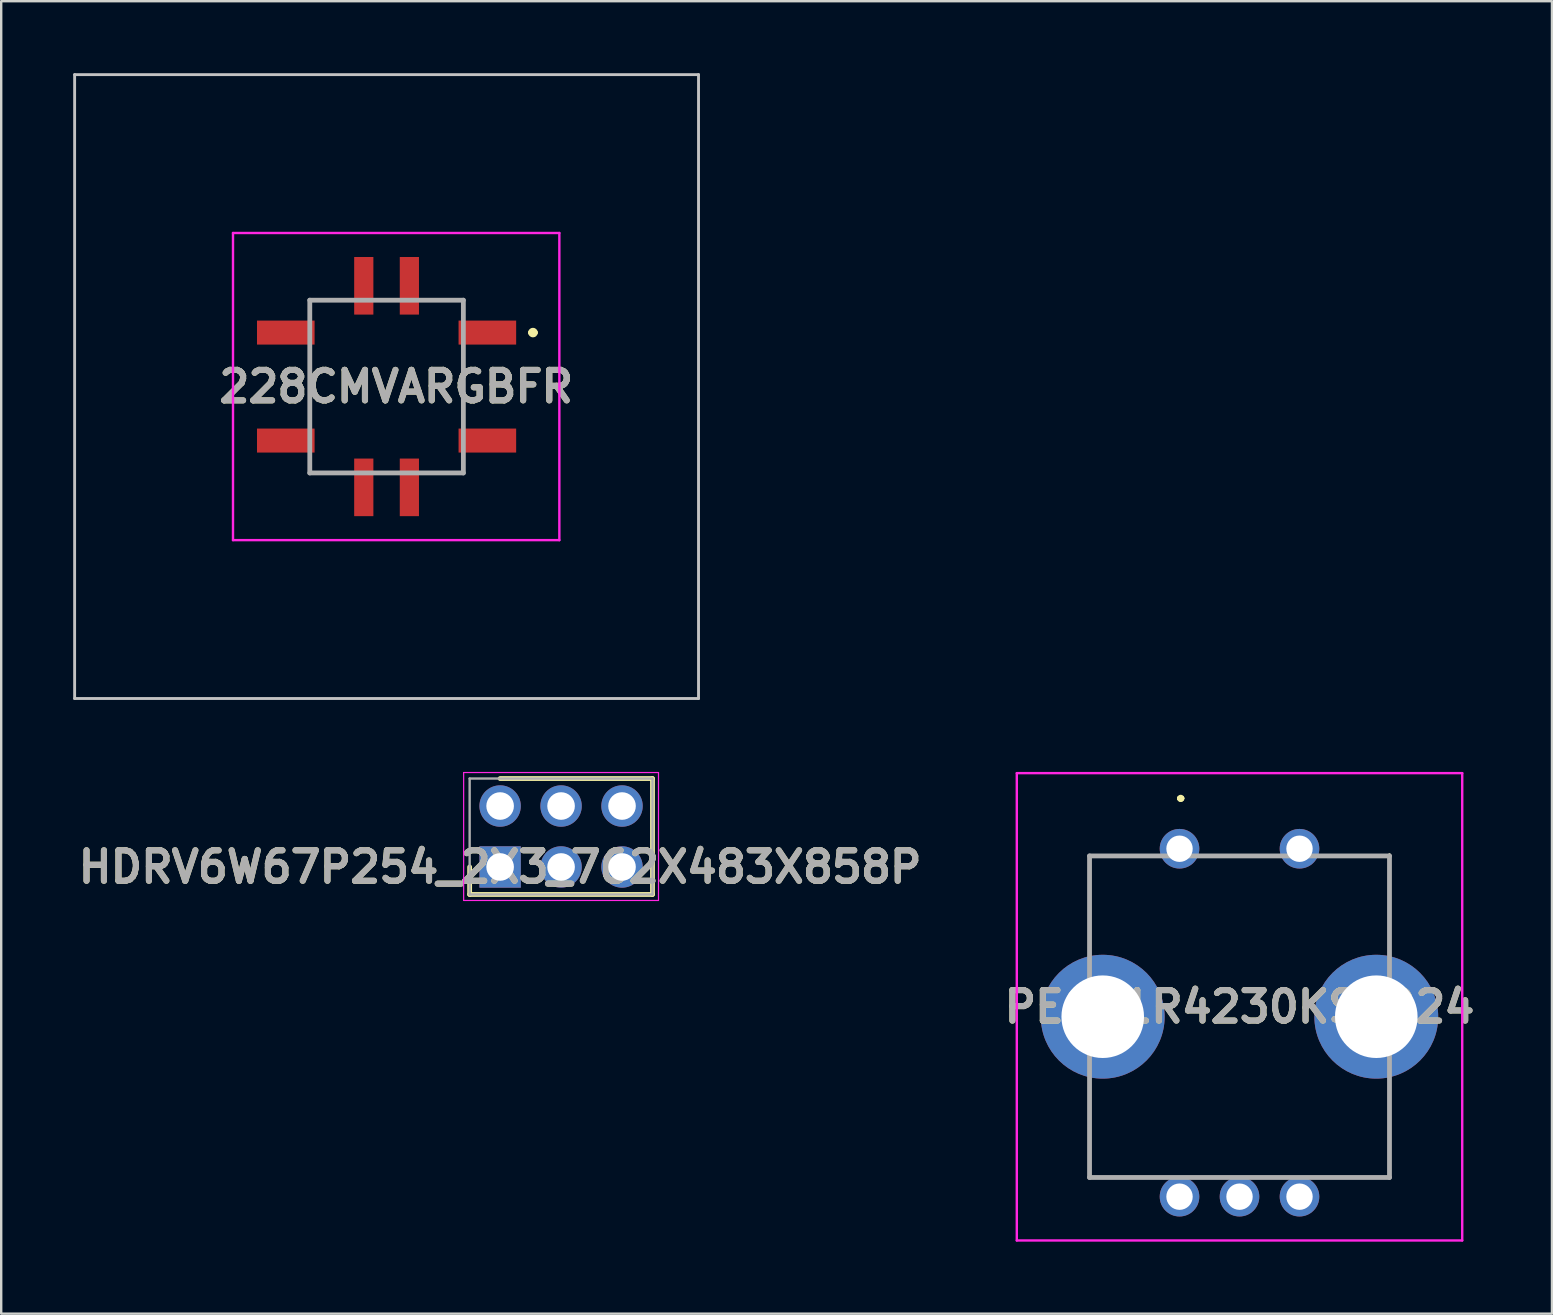
<source format=kicad_pcb>
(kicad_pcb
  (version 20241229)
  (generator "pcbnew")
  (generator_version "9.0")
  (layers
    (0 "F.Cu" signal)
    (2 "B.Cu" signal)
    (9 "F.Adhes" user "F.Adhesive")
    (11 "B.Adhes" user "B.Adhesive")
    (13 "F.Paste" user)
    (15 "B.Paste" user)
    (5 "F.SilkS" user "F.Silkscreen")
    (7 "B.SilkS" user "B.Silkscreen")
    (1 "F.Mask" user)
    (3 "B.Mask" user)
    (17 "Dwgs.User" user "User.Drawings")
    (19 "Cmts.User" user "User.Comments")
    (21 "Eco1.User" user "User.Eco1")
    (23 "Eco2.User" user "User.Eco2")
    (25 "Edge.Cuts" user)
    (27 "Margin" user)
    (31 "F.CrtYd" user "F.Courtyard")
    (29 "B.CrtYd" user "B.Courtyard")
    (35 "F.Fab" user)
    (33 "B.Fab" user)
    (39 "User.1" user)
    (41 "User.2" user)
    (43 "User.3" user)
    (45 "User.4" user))
  (footprint "PEC11R4230KS0024"
    (layer "F.Cu")
    (at 46.105 39.32)
    (property "Reference" "PEC11R4230KS0024" (at 2.5 -0.413 0) (layer "F.SilkS") (effects (font (size 1.27 1.27) (thickness 0.254))))
    (attr through_hole)
    (fp_line (start -3.75 -6.7) (end -3.75 -6.7) (stroke (width 0.1) (type solid)) (layer "F.SilkS"))
    (fp_line (start -3.75 -6.7) (end -3.75 -6.7) (stroke (width 0.1) (type solid)) (layer "F.SilkS"))
    (fp_line (start -3.75 -6.7) (end -3.75 -3.75) (stroke (width 0.1) (type solid)) (layer "F.SilkS"))
    (fp_line (start -3.75 -6.7) (end -2 -6.7) (stroke (width 0.1) (type solid)) (layer "F.SilkS"))
    (fp_line (start -3.75 -3.75) (end -3.75 -6.7) (stroke (width 0.1) (type solid)) (layer "F.SilkS"))
    (fp_line (start -3.75 -3.75) (end -3.75 -3.75) (stroke (width 0.1) (type solid)) (layer "F.SilkS"))
    (fp_line (start -3.75 3.75) (end -3.75 3.75) (stroke (width 0.1) (type solid)) (layer "F.SilkS"))
    (fp_line (start -3.75 3.75) (end -3.75 6.7) (stroke (width 0.1) (type solid)) (layer "F.SilkS"))
    (fp_line (start -3.75 6.7) (end -3.75 3.75) (stroke (width 0.1) (type solid)) (layer "F.SilkS"))
    (fp_line (start -3.75 6.7) (end -3.75 6.7) (stroke (width 0.1) (type solid)) (layer "F.SilkS"))
    (fp_line (start -3.75 6.7) (end -3.75 6.7) (stroke (width 0.1) (type solid)) (layer "F.SilkS"))
    (fp_line (start -3.75 6.7) (end -1.5 6.7) (stroke (width 0.1) (type solid)) (layer "F.SilkS"))
    (fp_line (start -2 -6.7) (end -3.75 -6.7) (stroke (width 0.1) (type solid)) (layer "F.SilkS"))
    (fp_line (start -2 -6.7) (end -2 -6.7) (stroke (width 0.1) (type solid)) (layer "F.SilkS"))
    (fp_line (start -1.5 6.7) (end -3.75 6.7) (stroke (width 0.1) (type solid)) (layer "F.SilkS"))
    (fp_line (start -1.5 6.7) (end -1.5 6.7) (stroke (width 0.1) (type solid)) (layer "F.SilkS"))
    (fp_line (start 0 -9.1) (end 0 -9.1) (stroke (width 0.2) (type solid)) (layer "F.SilkS"))
    (fp_line (start 0 -9.1) (end 0 -9.1) (stroke (width 0.2) (type solid)) (layer "F.SilkS"))
    (fp_line (start 0.1 -9.1) (end 0.1 -9.1) (stroke (width 0.2) (type solid)) (layer "F.SilkS"))
    (fp_line (start 1.5 -6.7) (end 1.5 -6.7) (stroke (width 0.1) (type solid)) (layer "F.SilkS"))
    (fp_line (start 1.5 -6.7) (end 3.5 -6.7) (stroke (width 0.1) (type solid)) (layer "F.SilkS"))
    (fp_line (start 3.5 -6.7) (end 1.5 -6.7) (stroke (width 0.1) (type solid)) (layer "F.SilkS"))
    (fp_line (start 3.5 -6.7) (end 3.5 -6.7) (stroke (width 0.1) (type solid)) (layer "F.SilkS"))
    (fp_line (start 6.5 6.7) (end 6.5 6.7) (stroke (width 0.1) (type solid)) (layer "F.SilkS"))
    (fp_line (start 6.5 6.7) (end 8.75 6.7) (stroke (width 0.1) (type solid)) (layer "F.SilkS"))
    (fp_line (start 6.75 -6.7) (end 6.75 -6.7) (stroke (width 0.1) (type solid)) (layer "F.SilkS"))
    (fp_line (start 6.75 -6.7) (end 8.75 -6.7) (stroke (width 0.1) (type solid)) (layer "F.SilkS"))
    (fp_line (start 8.75 -6.75) (end 8.75 -6.75) (stroke (width 0.1) (type solid)) (layer "F.SilkS"))
    (fp_line (start 8.75 -6.75) (end 8.75 -3.5) (stroke (width 0.1) (type solid)) (layer "F.SilkS"))
    (fp_line (start 8.75 -6.7) (end 6.75 -6.7) (stroke (width 0.1) (type solid)) (layer "F.SilkS"))
    (fp_line (start 8.75 -6.7) (end 8.75 -6.7) (stroke (width 0.1) (type solid)) (layer "F.SilkS"))
    (fp_line (start 8.75 -3.5) (end 8.75 -6.75) (stroke (width 0.1) (type solid)) (layer "F.SilkS"))
    (fp_line (start 8.75 -3.5) (end 8.75 -3.5) (stroke (width 0.1) (type solid)) (layer "F.SilkS"))
    (fp_line (start 8.75 3.75) (end 8.75 3.75) (stroke (width 0.1) (type solid)) (layer "F.SilkS"))
    (fp_line (start 8.75 3.75) (end 8.75 6.7) (stroke (width 0.1) (type solid)) (layer "F.SilkS"))
    (fp_line (start 8.75 6.7) (end 6.5 6.7) (stroke (width 0.1) (type solid)) (layer "F.SilkS"))
    (fp_line (start 8.75 6.7) (end 8.75 3.75) (stroke (width 0.1) (type solid)) (layer "F.SilkS"))
    (fp_line (start 8.75 6.7) (end 8.75 6.7) (stroke (width 0.1) (type solid)) (layer "F.SilkS"))
    (fp_line (start 8.75 6.7) (end 8.75 6.7) (stroke (width 0.1) (type solid)) (layer "F.SilkS"))
    (fp_arc (start 0 -9.1) (mid 0.05 -9.15) (end 0.1 -9.1) (stroke (width 0.2) (type solid)) (layer "F.SilkS"))
    (fp_arc (start 0.1 -9.1) (mid 0.05 -9.05) (end 0 -9.1) (stroke (width 0.2) (type solid)) (layer "F.SilkS"))
    (fp_arc (start 0.1 -9.1) (mid 0.05 -9.05) (end 0 -9.1) (stroke (width 0.2) (type solid)) (layer "F.SilkS"))
    (fp_line (start -6.781 -10.15) (end 11.781 -10.15) (stroke (width 0.1) (type solid)) (layer "F.CrtYd"))
    (fp_line (start -6.781 9.325) (end -6.781 -10.15) (stroke (width 0.1) (type solid)) (layer "F.CrtYd"))
    (fp_line (start 11.781 -10.15) (end 11.781 9.325) (stroke (width 0.1) (type solid)) (layer "F.CrtYd"))
    (fp_line (start 11.781 9.325) (end -6.781 9.325) (stroke (width 0.1) (type solid)) (layer "F.CrtYd"))
    (fp_line (start -3.75 -6.7) (end -3.75 6.7) (stroke (width 0.2) (type solid)) (layer "F.Fab"))
    (fp_line (start -3.75 6.7) (end 8.75 6.7) (stroke (width 0.2) (type solid)) (layer "F.Fab"))
    (fp_line (start 8.75 -6.7) (end -3.75 -6.7) (stroke (width 0.2) (type solid)) (layer "F.Fab"))
    (fp_line (start 8.75 6.7) (end 8.75 -6.7) (stroke (width 0.2) (type solid)) (layer "F.Fab"))
    (fp_text user "${REFERENCE}" (at 2.5 -0.413 0) (layer "F.Fab") (effects (font (size 1.27 1.27) (thickness 0.254))))
    (pad "A" thru_hole circle (at 0 7.5) (size 1.65 1.65) (drill 1.1) (layers "*.Cu" "*.Mask"))
    (pad "B" thru_hole circle (at 5 7.5) (size 1.65 1.65) (drill 1.1) (layers "*.Cu" "*.Mask"))
    (pad "C" thru_hole circle (at 2.5 7.5) (size 1.65 1.65) (drill 1.1) (layers "*.Cu" "*.Mask"))
    (pad "MH1" thru_hole circle (at -3.2 0) (size 5.161 5.161) (drill 3.441) (layers "*.Cu" "*.Mask"))
    (pad "MH2" thru_hole circle (at 8.2 0) (size 5.161 5.161) (drill 3.441) (layers "*.Cu" "*.Mask"))
    (pad "S1" thru_hole circle (at 0 -7) (size 1.65 1.65) (drill 1.1) (layers "*.Cu" "*.Mask"))
    (pad "S2" thru_hole circle (at 5 -7) (size 1.65 1.65) (drill 1.1) (layers "*.Cu" "*.Mask")))
  (footprint "228CMVARGBFR"
    (layer "F.Cu")
    (at 13.06 13.06)
    (property "Reference" "228CMVARGBFR" (at 0.4 0 0) (layer "F.SilkS") (effects (font (size 1.27 1.27) (thickness 0.254))))
    (attr smd)
    (fp_line (start -3.2 -3.6) (end -3.2 -3) (stroke (width 0.1) (type solid)) (layer "F.SilkS"))
    (fp_line (start -3.2 -1.5) (end -3.2 1.5) (stroke (width 0.1) (type solid)) (layer "F.SilkS"))
    (fp_line (start -3.2 3) (end -3.2 3.6) (stroke (width 0.1) (type solid)) (layer "F.SilkS"))
    (fp_line (start -3.2 3.6) (end -1.8 3.6) (stroke (width 0.1) (type solid)) (layer "F.SilkS"))
    (fp_line (start -1.6 -3.6) (end -3.2 -3.6) (stroke (width 0.1) (type solid)) (layer "F.SilkS"))
    (fp_line (start 1.6 -3.6) (end 3.2 -3.6) (stroke (width 0.1) (type solid)) (layer "F.SilkS"))
    (fp_line (start 3.2 -3.6) (end 3.2 -3) (stroke (width 0.1) (type solid)) (layer "F.SilkS"))
    (fp_line (start 3.2 -1.5) (end 3.2 1.5) (stroke (width 0.1) (type solid)) (layer "F.SilkS"))
    (fp_line (start 3.2 3.2) (end 3.2 3) (stroke (width 0.1) (type solid)) (layer "F.SilkS"))
    (fp_line (start 3.2 3.2) (end 3.2 3.6) (stroke (width 0.1) (type solid)) (layer "F.SilkS"))
    (fp_line (start 3.2 3.6) (end 1.8 3.6) (stroke (width 0.1) (type solid)) (layer "F.SilkS"))
    (fp_line (start 6 -2.25) (end 6 -2.25) (stroke (width 0.2) (type solid)) (layer "F.SilkS"))
    (fp_line (start 6.2 -2.25) (end 6.2 -2.25) (stroke (width 0.2) (type solid)) (layer "F.SilkS"))
    (fp_arc (start 6 -2.25) (mid 6.1 -2.35) (end 6.2 -2.25) (stroke (width 0.2) (type solid)) (layer "F.SilkS"))
    (fp_arc (start 6.2 -2.25) (mid 6.1 -2.15) (end 6 -2.25) (stroke (width 0.2) (type solid)) (layer "F.SilkS"))
    (fp_line (start -13 -13) (end 13 -13) (stroke (width 0.12) (type solid)) (layer "Dwgs.User"))
    (fp_line (start -13 13) (end -13 -13) (stroke (width 0.12) (type solid)) (layer "Dwgs.User"))
    (fp_line (start 13 -13) (end 13 13) (stroke (width 0.12) (type solid)) (layer "Dwgs.User"))
    (fp_line (start 13 13) (end -13 13) (stroke (width 0.12) (type solid)) (layer "Dwgs.User"))
    (fp_line (start -6.4 -6.4) (end 7.2 -6.4) (stroke (width 0.1) (type solid)) (layer "F.CrtYd"))
    (fp_line (start -6.4 6.4) (end -6.4 -6.4) (stroke (width 0.1) (type solid)) (layer "F.CrtYd"))
    (fp_line (start 7.2 -6.4) (end 7.2 6.4) (stroke (width 0.1) (type solid)) (layer "F.CrtYd"))
    (fp_line (start 7.2 6.4) (end -6.4 6.4) (stroke (width 0.1) (type solid)) (layer "F.CrtYd"))
    (fp_line (start -3.2 -3.6) (end 3.2 -3.6) (stroke (width 0.2) (type solid)) (layer "F.Fab"))
    (fp_line (start -3.2 3.6) (end -3.2 -3.6) (stroke (width 0.2) (type solid)) (layer "F.Fab"))
    (fp_line (start 3.2 -3.6) (end 3.2 3.6) (stroke (width 0.2) (type solid)) (layer "F.Fab"))
    (fp_line (start 3.2 3.6) (end -3.2 3.6) (stroke (width 0.2) (type solid)) (layer "F.Fab"))
    (fp_text user "${REFERENCE}" (at 0.4 0 0) (layer "F.Fab") (effects (font (size 1.27 1.27) (thickness 0.254))))
    (pad "1" smd rect (at 4.2 -2.25 90) (size 1 2.4) (layers "F.Cu" "F.Mask" "F.Paste"))
    (pad "2" smd rect (at -4.2 -2.25 90) (size 1 2.4) (layers "F.Cu" "F.Mask" "F.Paste"))
    (pad "3" smd rect (at 4.2 2.25 90) (size 1 2.4) (layers "F.Cu" "F.Mask" "F.Paste"))
    (pad "4" smd rect (at -4.2 2.25 90) (size 1 2.4) (layers "F.Cu" "F.Mask" "F.Paste"))
    (pad "5" smd rect (at 0.95 -4.2) (size 0.8 2.4) (layers "F.Cu" "F.Mask" "F.Paste"))
    (pad "6" smd rect (at 0.95 4.2) (size 0.8 2.4) (layers "F.Cu" "F.Mask" "F.Paste"))
    (pad "7" smd rect (at -0.95 -4.2) (size 0.8 2.4) (layers "F.Cu" "F.Mask" "F.Paste"))
    (pad "8" smd rect (at -0.95 4.2) (size 0.8 2.4) (layers "F.Cu" "F.Mask" "F.Paste")))
  (footprint "HDRV6W67P254_2X3_762X483X858P"
    (layer "F.Cu")
    (at 17.792 33.08)
    (property "Reference" "HDRV6W67P254_2X3_762X483X858P" (at 0 0 0) (layer "F.SilkS") (effects (font (size 1.27 1.27) (thickness 0.254))))
    (attr through_hole)
    (fp_line (start -1.27 0) (end -1.27 1.145) (stroke (width 0.2) (type solid)) (layer "F.SilkS"))
    (fp_line (start -1.27 1.145) (end 6.35 1.145) (stroke (width 0.2) (type solid)) (layer "F.SilkS"))
    (fp_line (start 6.35 -3.685) (end 0 -3.685) (stroke (width 0.2) (type solid)) (layer "F.SilkS"))
    (fp_line (start 6.35 1.145) (end 6.35 -3.685) (stroke (width 0.2) (type solid)) (layer "F.SilkS"))
    (fp_line (start -1.52 -3.935) (end 6.6 -3.935) (stroke (width 0.05) (type solid)) (layer "F.CrtYd"))
    (fp_line (start -1.52 1.395) (end -1.52 -3.935) (stroke (width 0.05) (type solid)) (layer "F.CrtYd"))
    (fp_line (start 6.6 -3.935) (end 6.6 1.395) (stroke (width 0.05) (type solid)) (layer "F.CrtYd"))
    (fp_line (start 6.6 1.395) (end -1.52 1.395) (stroke (width 0.05) (type solid)) (layer "F.CrtYd"))
    (fp_line (start -1.27 -3.685) (end 6.35 -3.685) (stroke (width 0.1) (type solid)) (layer "F.Fab"))
    (fp_line (start -1.27 1.145) (end -1.27 -3.685) (stroke (width 0.1) (type solid)) (layer "F.Fab"))
    (fp_line (start 6.35 -3.685) (end 6.35 1.145) (stroke (width 0.1) (type solid)) (layer "F.Fab"))
    (fp_line (start 6.35 1.145) (end -1.27 1.145) (stroke (width 0.1) (type solid)) (layer "F.Fab"))
    (fp_text user "${REFERENCE}" (at 0 0 0) (layer "F.Fab") (effects (font (size 1.27 1.27) (thickness 0.254))))
    (pad "1" thru_hole rect (at 0 0) (size 1.725 1.725) (drill 1.15) (layers "*.Cu" "*.Mask"))
    (pad "2" thru_hole circle (at 0 -2.54) (size 1.725 1.725) (drill 1.15) (layers "*.Cu" "*.Mask"))
    (pad "3" thru_hole circle (at 2.54 0) (size 1.725 1.725) (drill 1.15) (layers "*.Cu" "*.Mask"))
    (pad "4" thru_hole circle (at 2.54 -2.54) (size 1.725 1.725) (drill 1.15) (layers "*.Cu" "*.Mask"))
    (pad "5" thru_hole circle (at 5.08 0) (size 1.725 1.725) (drill 1.15) (layers "*.Cu" "*.Mask"))
    (pad "6" thru_hole circle (at 5.08 -2.54) (size 1.725 1.725) (drill 1.15) (layers "*.Cu" "*.Mask")))
  (gr_rect
    (start -3 -3)
    (end 61.626 51.695)
    (stroke (width 0.1) (type default))
    (fill no)
    (layer "Edge.Cuts")))
</source>
